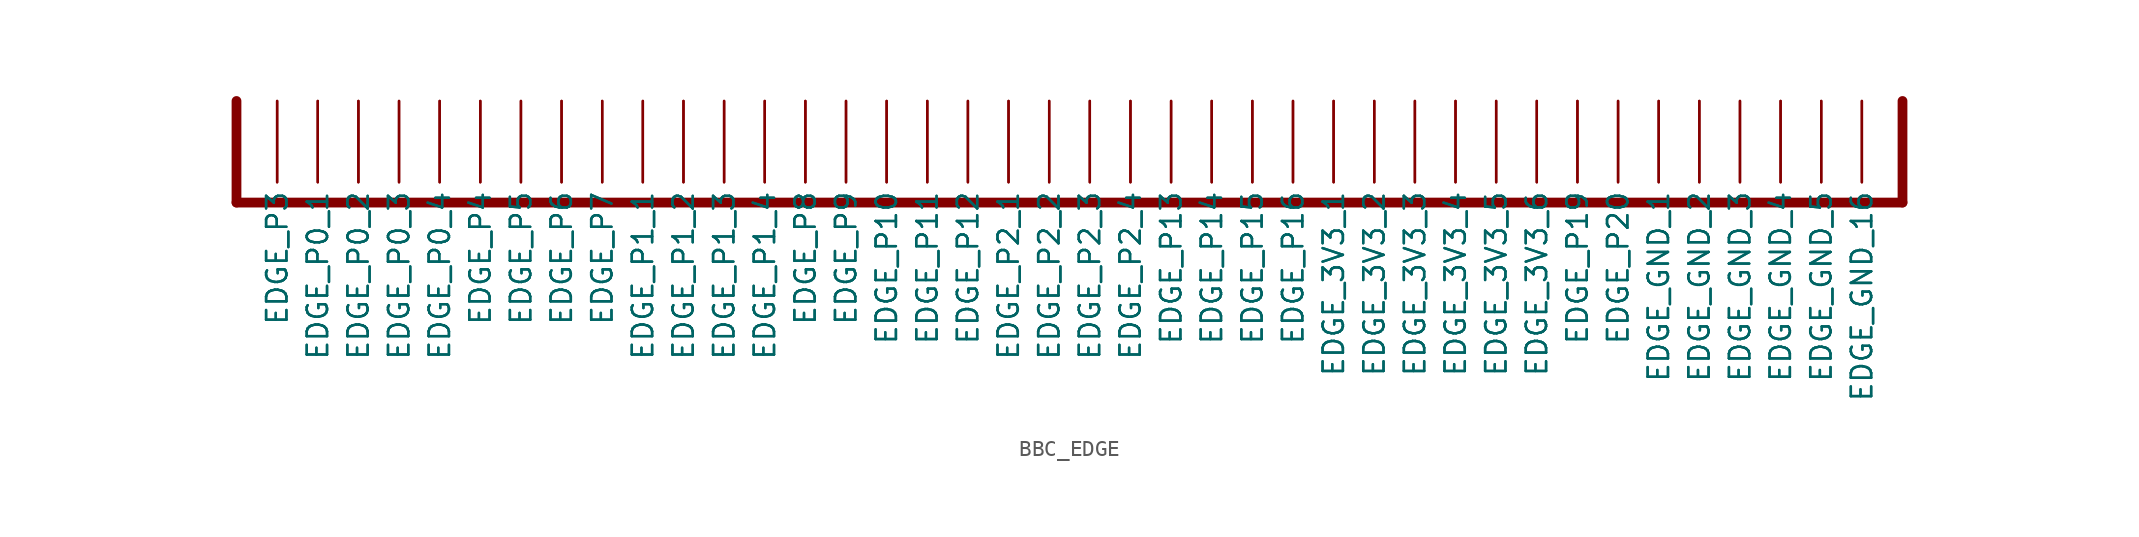
<source format=kicad_sym>
(kicad_symbol_lib
  (version 20220914)
  (generator kicad_symbol_editor)
  (symbol "BBC_EDGE"
    (property "Reference" ""
      (at 0 0 0)
      (effects (font (size 1.27 1.27)) hide))
    (property "ki_locked" ""
      (at 0 0 0)
      (effects (font (size 1.27 1.27))))
    (symbol "BBC_EDGE_1_0"
      (polyline (pts (xy -50.8 -1.27) (xy 53.34 -1.27)) (stroke (width 0.61) (type solid)) (fill (type none)))
      (polyline (pts (xy -50.8 5.08) (xy -50.8 -1.27)) (stroke (width 0.61) (type solid)) (fill (type none)))
      (polyline (pts (xy 53.34 -1.27) (xy 53.34 5.08)) (stroke (width 0.61) (type solid)) (fill (type none)))
      (pin bidirectional line (at -48.26 5.08 270) (length 5.08) (name "EDGE_P3" (effects (font (size 1.27 1.27)))) (number "P$1" (effects (font (size 0 0)))))
      (pin bidirectional line (at -25.4 5.08 270) (length 5.08) (name "EDGE_P1_1" (effects (font (size 1.27 1.27)))) (number "P$10" (effects (font (size 0 0)))))
      (pin bidirectional line (at -22.86 5.08 270) (length 5.08) (name "EDGE_P1_2" (effects (font (size 1.27 1.27)))) (number "P$11" (effects (font (size 0 0)))))
      (pin bidirectional line (at -20.32 5.08 270) (length 5.08) (name "EDGE_P1_3" (effects (font (size 1.27 1.27)))) (number "P$12" (effects (font (size 0 0)))))
      (pin bidirectional line (at -17.78 5.08 270) (length 5.08) (name "EDGE_P1_4" (effects (font (size 1.27 1.27)))) (number "P$13" (effects (font (size 0 0)))))
      (pin bidirectional line (at -15.24 5.08 270) (length 5.08) (name "EDGE_P8" (effects (font (size 1.27 1.27)))) (number "P$14" (effects (font (size 0 0)))))
      (pin bidirectional line (at -12.7 5.08 270) (length 5.08) (name "EDGE_P9" (effects (font (size 1.27 1.27)))) (number "P$15" (effects (font (size 0 0)))))
      (pin bidirectional line (at -10.16 5.08 270) (length 5.08) (name "EDGE_P10" (effects (font (size 1.27 1.27)))) (number "P$16" (effects (font (size 0 0)))))
      (pin bidirectional line (at -7.62 5.08 270) (length 5.08) (name "EDGE_P11" (effects (font (size 1.27 1.27)))) (number "P$17" (effects (font (size 0 0)))))
      (pin bidirectional line (at -5.08 5.08 270) (length 5.08) (name "EDGE_P12" (effects (font (size 1.27 1.27)))) (number "P$18" (effects (font (size 0 0)))))
      (pin bidirectional line (at -2.54 5.08 270) (length 5.08) (name "EDGE_P2_1" (effects (font (size 1.27 1.27)))) (number "P$19" (effects (font (size 0 0)))))
      (pin bidirectional line (at -45.72 5.08 270) (length 5.08) (name "EDGE_P0_1" (effects (font (size 1.27 1.27)))) (number "P$2" (effects (font (size 0 0)))))
      (pin bidirectional line (at 0 5.08 270) (length 5.08) (name "EDGE_P2_2" (effects (font (size 1.27 1.27)))) (number "P$20" (effects (font (size 0 0)))))
      (pin bidirectional line (at 2.54 5.08 270) (length 5.08) (name "EDGE_P2_3" (effects (font (size 1.27 1.27)))) (number "P$21" (effects (font (size 0 0)))))
      (pin bidirectional line (at 5.08 5.08 270) (length 5.08) (name "EDGE_P2_4" (effects (font (size 1.27 1.27)))) (number "P$22" (effects (font (size 0 0)))))
      (pin bidirectional line (at 7.62 5.08 270) (length 5.08) (name "EDGE_P13" (effects (font (size 1.27 1.27)))) (number "P$23" (effects (font (size 0 0)))))
      (pin bidirectional line (at 10.16 5.08 270) (length 5.08) (name "EDGE_P14" (effects (font (size 1.27 1.27)))) (number "P$24" (effects (font (size 0 0)))))
      (pin bidirectional line (at 12.7 5.08 270) (length 5.08) (name "EDGE_P15" (effects (font (size 1.27 1.27)))) (number "P$25" (effects (font (size 0 0)))))
      (pin bidirectional line (at 15.24 5.08 270) (length 5.08) (name "EDGE_P16" (effects (font (size 1.27 1.27)))) (number "P$26" (effects (font (size 0 0)))))
      (pin bidirectional line (at 17.78 5.08 270) (length 5.08) (name "EDGE_3V3_1" (effects (font (size 1.27 1.27)))) (number "P$27" (effects (font (size 0 0)))))
      (pin bidirectional line (at 20.32 5.08 270) (length 5.08) (name "EDGE_3V3_2" (effects (font (size 1.27 1.27)))) (number "P$28" (effects (font (size 0 0)))))
      (pin bidirectional line (at 22.86 5.08 270) (length 5.08) (name "EDGE_3V3_3" (effects (font (size 1.27 1.27)))) (number "P$29" (effects (font (size 0 0)))))
      (pin bidirectional line (at -43.18 5.08 270) (length 5.08) (name "EDGE_P0_2" (effects (font (size 1.27 1.27)))) (number "P$3" (effects (font (size 0 0)))))
      (pin bidirectional line (at 25.4 5.08 270) (length 5.08) (name "EDGE_3V3_4" (effects (font (size 1.27 1.27)))) (number "P$30" (effects (font (size 0 0)))))
      (pin bidirectional line (at 27.94 5.08 270) (length 5.08) (name "EDGE_3V3_5" (effects (font (size 1.27 1.27)))) (number "P$31" (effects (font (size 0 0)))))
      (pin bidirectional line (at 30.48 5.08 270) (length 5.08) (name "EDGE_3V3_6" (effects (font (size 1.27 1.27)))) (number "P$32" (effects (font (size 0 0)))))
      (pin bidirectional line (at 33.02 5.08 270) (length 5.08) (name "EDGE_P19" (effects (font (size 1.27 1.27)))) (number "P$33" (effects (font (size 0 0)))))
      (pin bidirectional line (at 35.56 5.08 270) (length 5.08) (name "EDGE_P20" (effects (font (size 1.27 1.27)))) (number "P$34" (effects (font (size 0 0)))))
      (pin bidirectional line (at 38.1 5.08 270) (length 5.08) (name "EDGE_GND_1" (effects (font (size 1.27 1.27)))) (number "P$35" (effects (font (size 0 0)))))
      (pin bidirectional line (at 40.64 5.08 270) (length 5.08) (name "EDGE_GND_2" (effects (font (size 1.27 1.27)))) (number "P$36" (effects (font (size 0 0)))))
      (pin bidirectional line (at 43.18 5.08 270) (length 5.08) (name "EDGE_GND_3" (effects (font (size 1.27 1.27)))) (number "P$37" (effects (font (size 0 0)))))
      (pin bidirectional line (at 45.72 5.08 270) (length 5.08) (name "EDGE_GND_4" (effects (font (size 1.27 1.27)))) (number "P$38" (effects (font (size 0 0)))))
      (pin bidirectional line (at 48.26 5.08 270) (length 5.08) (name "EDGE_GND_5" (effects (font (size 1.27 1.27)))) (number "P$39" (effects (font (size 0 0)))))
      (pin bidirectional line (at -40.64 5.08 270) (length 5.08) (name "EDGE_P0_3" (effects (font (size 1.27 1.27)))) (number "P$4" (effects (font (size 0 0)))))
      (pin bidirectional line (at 50.8 5.08 270) (length 5.08) (name "EDGE_GND_16" (effects (font (size 1.27 1.27)))) (number "P$40" (effects (font (size 0 0)))))
      (pin bidirectional line (at -48.26 5.08 270) (length 5.08) (name "EDGE_P3" (effects (font (size 1.27 1.27)))) (number "P$41" (effects (font (size 0 0)))))
      (pin bidirectional line (at -45.72 5.08 270) (length 5.08) (name "EDGE_P0_1" (effects (font (size 1.27 1.27)))) (number "P$42" (effects (font (size 0 0)))))
      (pin bidirectional line (at -43.18 5.08 270) (length 5.08) (name "EDGE_P0_2" (effects (font (size 1.27 1.27)))) (number "P$43" (effects (font (size 0 0)))))
      (pin bidirectional line (at -40.64 5.08 270) (length 5.08) (name "EDGE_P0_3" (effects (font (size 1.27 1.27)))) (number "P$44" (effects (font (size 0 0)))))
      (pin bidirectional line (at -38.1 5.08 270) (length 5.08) (name "EDGE_P0_4" (effects (font (size 1.27 1.27)))) (number "P$45" (effects (font (size 0 0)))))
      (pin bidirectional line (at -35.56 5.08 270) (length 5.08) (name "EDGE_P4" (effects (font (size 1.27 1.27)))) (number "P$46" (effects (font (size 0 0)))))
      (pin bidirectional line (at -33.02 5.08 270) (length 5.08) (name "EDGE_P5" (effects (font (size 1.27 1.27)))) (number "P$47" (effects (font (size 0 0)))))
      (pin bidirectional line (at -30.48 5.08 270) (length 5.08) (name "EDGE_P6" (effects (font (size 1.27 1.27)))) (number "P$48" (effects (font (size 0 0)))))
      (pin bidirectional line (at -27.94 5.08 270) (length 5.08) (name "EDGE_P7" (effects (font (size 1.27 1.27)))) (number "P$49" (effects (font (size 0 0)))))
      (pin bidirectional line (at -38.1 5.08 270) (length 5.08) (name "EDGE_P0_4" (effects (font (size 1.27 1.27)))) (number "P$5" (effects (font (size 0 0)))))
      (pin bidirectional line (at -25.4 5.08 270) (length 5.08) (name "EDGE_P1_1" (effects (font (size 1.27 1.27)))) (number "P$50" (effects (font (size 0 0)))))
      (pin bidirectional line (at -22.86 5.08 270) (length 5.08) (name "EDGE_P1_2" (effects (font (size 1.27 1.27)))) (number "P$51" (effects (font (size 0 0)))))
      (pin bidirectional line (at -20.32 5.08 270) (length 5.08) (name "EDGE_P1_3" (effects (font (size 1.27 1.27)))) (number "P$52" (effects (font (size 0 0)))))
      (pin bidirectional line (at -17.78 5.08 270) (length 5.08) (name "EDGE_P1_4" (effects (font (size 1.27 1.27)))) (number "P$53" (effects (font (size 0 0)))))
      (pin bidirectional line (at -15.24 5.08 270) (length 5.08) (name "EDGE_P8" (effects (font (size 1.27 1.27)))) (number "P$54" (effects (font (size 0 0)))))
      (pin bidirectional line (at -12.7 5.08 270) (length 5.08) (name "EDGE_P9" (effects (font (size 1.27 1.27)))) (number "P$55" (effects (font (size 0 0)))))
      (pin bidirectional line (at -10.16 5.08 270) (length 5.08) (name "EDGE_P10" (effects (font (size 1.27 1.27)))) (number "P$56" (effects (font (size 0 0)))))
      (pin bidirectional line (at -7.62 5.08 270) (length 5.08) (name "EDGE_P11" (effects (font (size 1.27 1.27)))) (number "P$57" (effects (font (size 0 0)))))
      (pin bidirectional line (at -5.08 5.08 270) (length 5.08) (name "EDGE_P12" (effects (font (size 1.27 1.27)))) (number "P$58" (effects (font (size 0 0)))))
      (pin bidirectional line (at -2.54 5.08 270) (length 5.08) (name "EDGE_P2_1" (effects (font (size 1.27 1.27)))) (number "P$59" (effects (font (size 0 0)))))
      (pin bidirectional line (at -35.56 5.08 270) (length 5.08) (name "EDGE_P4" (effects (font (size 1.27 1.27)))) (number "P$6" (effects (font (size 0 0)))))
      (pin bidirectional line (at 0 5.08 270) (length 5.08) (name "EDGE_P2_2" (effects (font (size 1.27 1.27)))) (number "P$60" (effects (font (size 0 0)))))
      (pin bidirectional line (at 2.54 5.08 270) (length 5.08) (name "EDGE_P2_3" (effects (font (size 1.27 1.27)))) (number "P$61" (effects (font (size 0 0)))))
      (pin bidirectional line (at 5.08 5.08 270) (length 5.08) (name "EDGE_P2_4" (effects (font (size 1.27 1.27)))) (number "P$62" (effects (font (size 0 0)))))
      (pin bidirectional line (at 7.62 5.08 270) (length 5.08) (name "EDGE_P13" (effects (font (size 1.27 1.27)))) (number "P$63" (effects (font (size 0 0)))))
      (pin bidirectional line (at 10.16 5.08 270) (length 5.08) (name "EDGE_P14" (effects (font (size 1.27 1.27)))) (number "P$64" (effects (font (size 0 0)))))
      (pin bidirectional line (at 12.7 5.08 270) (length 5.08) (name "EDGE_P15" (effects (font (size 1.27 1.27)))) (number "P$65" (effects (font (size 0 0)))))
      (pin bidirectional line (at 15.24 5.08 270) (length 5.08) (name "EDGE_P16" (effects (font (size 1.27 1.27)))) (number "P$66" (effects (font (size 0 0)))))
      (pin bidirectional line (at 17.78 5.08 270) (length 5.08) (name "EDGE_3V3_1" (effects (font (size 1.27 1.27)))) (number "P$67" (effects (font (size 0 0)))))
      (pin bidirectional line (at 20.32 5.08 270) (length 5.08) (name "EDGE_3V3_2" (effects (font (size 1.27 1.27)))) (number "P$68" (effects (font (size 0 0)))))
      (pin bidirectional line (at 22.86 5.08 270) (length 5.08) (name "EDGE_3V3_3" (effects (font (size 1.27 1.27)))) (number "P$69" (effects (font (size 0 0)))))
      (pin bidirectional line (at -33.02 5.08 270) (length 5.08) (name "EDGE_P5" (effects (font (size 1.27 1.27)))) (number "P$7" (effects (font (size 0 0)))))
      (pin bidirectional line (at 25.4 5.08 270) (length 5.08) (name "EDGE_3V3_4" (effects (font (size 1.27 1.27)))) (number "P$70" (effects (font (size 0 0)))))
      (pin bidirectional line (at 27.94 5.08 270) (length 5.08) (name "EDGE_3V3_5" (effects (font (size 1.27 1.27)))) (number "P$71" (effects (font (size 0 0)))))
      (pin bidirectional line (at 30.48 5.08 270) (length 5.08) (name "EDGE_3V3_6" (effects (font (size 1.27 1.27)))) (number "P$72" (effects (font (size 0 0)))))
      (pin bidirectional line (at 33.02 5.08 270) (length 5.08) (name "EDGE_P19" (effects (font (size 1.27 1.27)))) (number "P$73" (effects (font (size 0 0)))))
      (pin bidirectional line (at 35.56 5.08 270) (length 5.08) (name "EDGE_P20" (effects (font (size 1.27 1.27)))) (number "P$74" (effects (font (size 0 0)))))
      (pin bidirectional line (at 38.1 5.08 270) (length 5.08) (name "EDGE_GND_1" (effects (font (size 1.27 1.27)))) (number "P$75" (effects (font (size 0 0)))))
      (pin bidirectional line (at 40.64 5.08 270) (length 5.08) (name "EDGE_GND_2" (effects (font (size 1.27 1.27)))) (number "P$76" (effects (font (size 0 0)))))
      (pin bidirectional line (at 43.18 5.08 270) (length 5.08) (name "EDGE_GND_3" (effects (font (size 1.27 1.27)))) (number "P$77" (effects (font (size 0 0)))))
      (pin bidirectional line (at 45.72 5.08 270) (length 5.08) (name "EDGE_GND_4" (effects (font (size 1.27 1.27)))) (number "P$78" (effects (font (size 0 0)))))
      (pin bidirectional line (at 48.26 5.08 270) (length 5.08) (name "EDGE_GND_5" (effects (font (size 1.27 1.27)))) (number "P$79" (effects (font (size 0 0)))))
      (pin bidirectional line (at -30.48 5.08 270) (length 5.08) (name "EDGE_P6" (effects (font (size 1.27 1.27)))) (number "P$8" (effects (font (size 0 0)))))
      (pin bidirectional line (at 50.8 5.08 270) (length 5.08) (name "EDGE_GND_16" (effects (font (size 1.27 1.27)))) (number "P$80" (effects (font (size 0 0)))))
      (pin bidirectional line (at -27.94 5.08 270) (length 5.08) (name "EDGE_P7" (effects (font (size 1.27 1.27)))) (number "P$9" (effects (font (size 0 0))))))))
</source>
